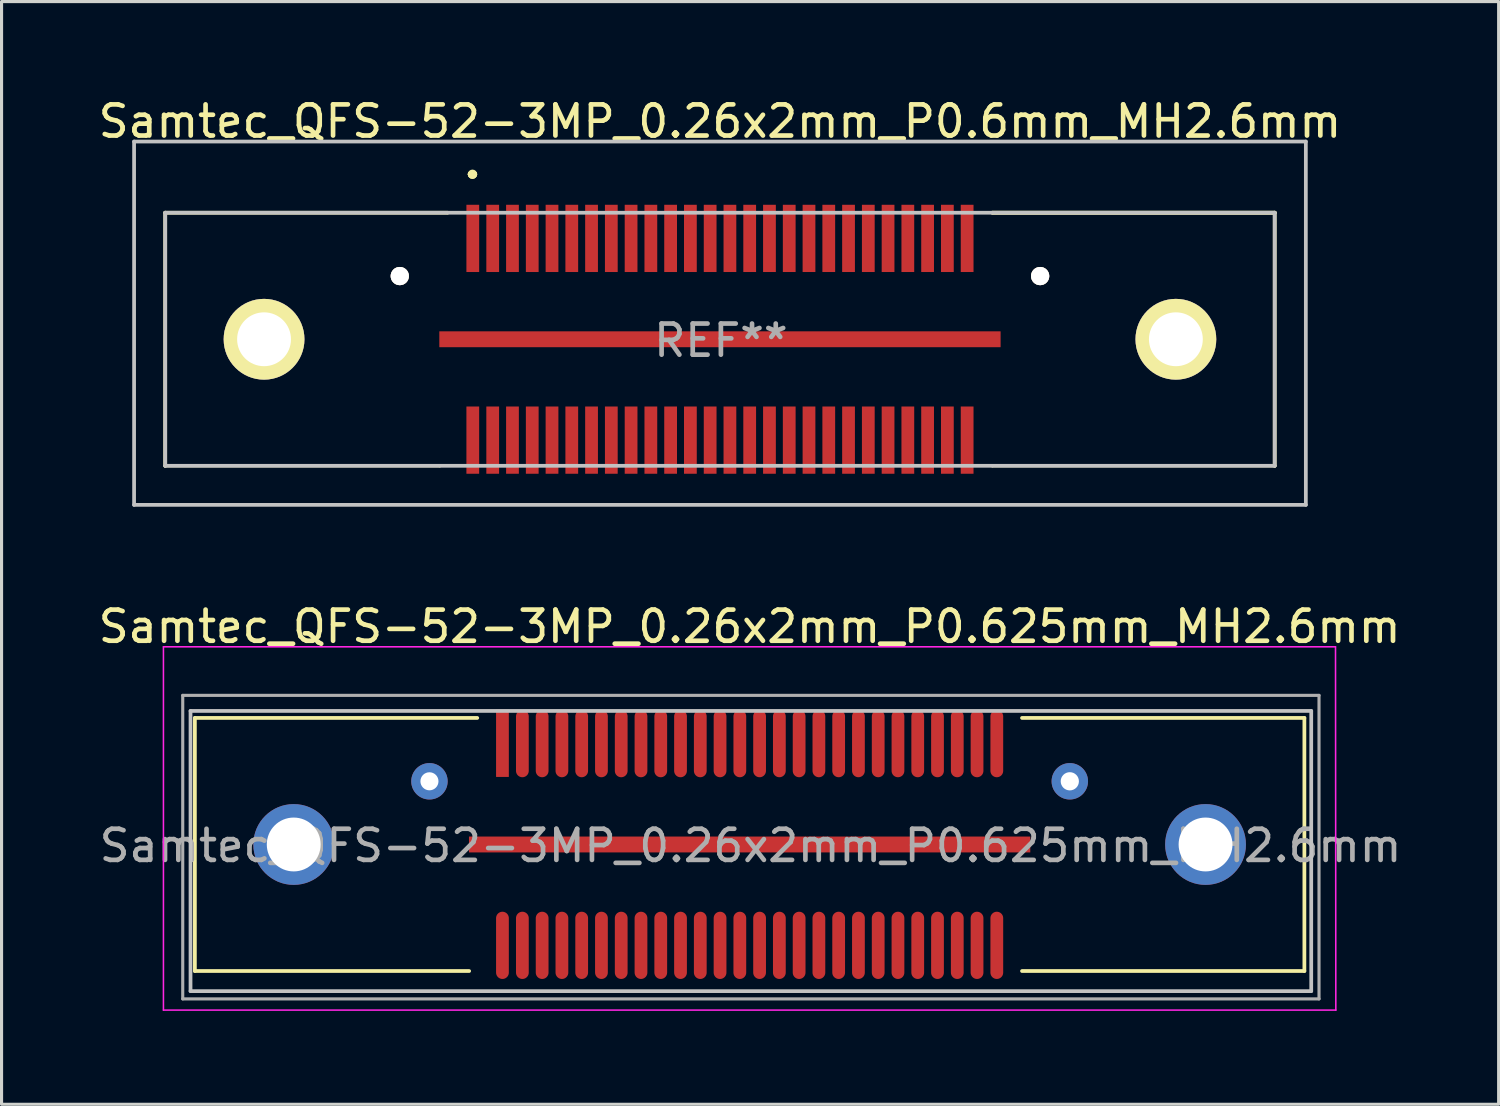
<source format=kicad_pcb>
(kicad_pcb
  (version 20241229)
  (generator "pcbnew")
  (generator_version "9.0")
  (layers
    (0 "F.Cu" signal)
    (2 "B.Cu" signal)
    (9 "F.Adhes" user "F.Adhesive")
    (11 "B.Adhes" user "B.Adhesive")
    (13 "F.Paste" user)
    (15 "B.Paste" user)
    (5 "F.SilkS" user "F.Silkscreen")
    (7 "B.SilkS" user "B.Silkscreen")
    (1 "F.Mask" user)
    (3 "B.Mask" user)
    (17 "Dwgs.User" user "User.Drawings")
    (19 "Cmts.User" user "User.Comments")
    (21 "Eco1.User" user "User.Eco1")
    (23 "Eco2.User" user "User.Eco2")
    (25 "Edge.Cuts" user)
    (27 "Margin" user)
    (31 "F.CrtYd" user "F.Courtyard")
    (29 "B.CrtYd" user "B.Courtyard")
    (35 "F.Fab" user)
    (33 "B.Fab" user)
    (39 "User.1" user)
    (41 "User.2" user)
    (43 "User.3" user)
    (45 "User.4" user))
  (footprint "Samtec_QFS-52-3MP_0.26x2mm_P0.6mm_MH2.6mm"
    (layer "F.Cu")
    (at 12.117 4.558)
    (property "Reference" "Samtec_QFS-52-3MP_0.26x2mm_P0.6mm_MH2.6mm" (at 7.96 -3.71 0) (layer "F.SilkS") (effects (font (size 1 1) (thickness 0.15))))
    (attr through_hole)
    (fp_line (start -9.86 -0.775) (end -9.86 -0.775) (stroke (width 0.1) (type solid)) (layer "F.SilkS"))
    (fp_line (start -9.86 -0.775) (end -9.86 -0.775) (stroke (width 0.1) (type solid)) (layer "F.SilkS"))
    (fp_line (start -9.86 -0.775) (end -0.79 -0.775) (stroke (width 0.12) (type solid)) (layer "F.SilkS"))
    (fp_line (start -9.86 7.355) (end -9.86 -0.775) (stroke (width 0.12) (type solid)) (layer "F.SilkS"))
    (fp_line (start -9.86 7.355) (end -9.86 7.355) (stroke (width 0.1) (type solid)) (layer "F.SilkS"))
    (fp_line (start -9.86 7.355) (end -9.86 7.355) (stroke (width 0.1) (type solid)) (layer "F.SilkS"))
    (fp_line (start -9.86 7.355) (end -1.04 7.355) (stroke (width 0.1) (type solid)) (layer "F.SilkS"))
    (fp_line (start -1.04 7.355) (end -1.04 7.355) (stroke (width 0.1) (type solid)) (layer "F.SilkS"))
    (fp_line (start -0.79 -0.775) (end -0.79 -0.775) (stroke (width 0.1) (type solid)) (layer "F.SilkS"))
    (fp_line (start -0.04 -2.011) (end -0.04 -2.011) (stroke (width 0.2) (type solid)) (layer "F.SilkS"))
    (fp_line (start -0.04 -2.011) (end -0.04 -2.011) (stroke (width 0.2) (type solid)) (layer "F.SilkS"))
    (fp_line (start 0.06 -2.011) (end 0.06 -2.011) (stroke (width 0.2) (type solid)) (layer "F.SilkS"))
    (fp_line (start 16.71 -0.775) (end 16.71 -0.775) (stroke (width 0.1) (type solid)) (layer "F.SilkS"))
    (fp_line (start 16.71 -0.775) (end 25.78 -0.775) (stroke (width 0.12) (type solid)) (layer "F.SilkS"))
    (fp_line (start 16.71 7.355) (end 16.71 7.355) (stroke (width 0.1) (type solid)) (layer "F.SilkS"))
    (fp_line (start 16.71 7.355) (end 25.78 7.355) (stroke (width 0.1) (type solid)) (layer "F.SilkS"))
    (fp_line (start 25.78 -0.775) (end 16.71 -0.775) (stroke (width 0.12) (type solid)) (layer "F.SilkS"))
    (fp_line (start 25.78 -0.775) (end 25.78 -0.775) (stroke (width 0.1) (type solid)) (layer "F.SilkS"))
    (fp_line (start 25.78 -0.775) (end 25.78 -0.775) (stroke (width 0.1) (type solid)) (layer "F.SilkS"))
    (fp_line (start 25.78 7.355) (end 25.78 -0.775) (stroke (width 0.12) (type solid)) (layer "F.SilkS"))
    (fp_line (start 25.78 7.355) (end 25.78 7.355) (stroke (width 0.1) (type solid)) (layer "F.SilkS"))
    (fp_line (start 25.78 7.355) (end 25.78 7.355) (stroke (width 0.1) (type solid)) (layer "F.SilkS"))
    (fp_arc (start -0.04 -2.011) (mid 0.01 -2.061) (end 0.06 -2.011) (stroke (width 0.2) (type solid)) (layer "F.SilkS"))
    (fp_arc (start 0.06 -2.011) (mid 0.01 -1.961) (end -0.04 -2.011) (stroke (width 0.2) (type solid)) (layer "F.SilkS"))
    (fp_arc (start 0.06 -2.011) (mid 0.01 -1.961) (end -0.04 -2.011) (stroke (width 0.2) (type solid)) (layer "F.SilkS"))
    (fp_line (start -10.86 -3.061) (end 26.78 -3.061) (stroke (width 0.12) (type solid)) (layer "Dwgs.User"))
    (fp_line (start -10.86 8.61) (end -10.86 -3.061) (stroke (width 0.12) (type solid)) (layer "Dwgs.User"))
    (fp_line (start -9.86 -0.775) (end -9.86 7.355) (stroke (width 0.12) (type solid)) (layer "Dwgs.User"))
    (fp_line (start -9.86 7.355) (end 25.78 7.355) (stroke (width 0.12) (type solid)) (layer "Dwgs.User"))
    (fp_line (start 25.78 -0.775) (end -9.86 -0.775) (stroke (width 0.12) (type solid)) (layer "Dwgs.User"))
    (fp_line (start 25.78 7.355) (end 25.78 -0.775) (stroke (width 0.12) (type solid)) (layer "Dwgs.User"))
    (fp_line (start 26.78 -3.061) (end 26.78 8.61) (stroke (width 0.12) (type solid)) (layer "Dwgs.User"))
    (fp_line (start 26.78 8.61) (end -10.86 8.61) (stroke (width 0.12) (type solid)) (layer "Dwgs.User"))
    (fp_text user "REF**" (at 7.99 3.33 0) (layer "F.Fab") (effects (font (size 1 1) (thickness 0.15))))
    (pad "1" smd rect (at 0.02 0.05) (size 0.41 2.16) (layers "F.Cu" "F.Mask" "F.Paste"))
    (pad "2" smd rect (at 0.02 6.53) (size 0.41 2.16) (layers "F.Cu" "F.Mask" "F.Paste"))
    (pad "3" smd rect (at 0.66 0.05) (size 0.41 2.16) (layers "F.Cu" "F.Mask" "F.Paste"))
    (pad "4" smd rect (at 0.66 6.53) (size 0.41 2.16) (layers "F.Cu" "F.Mask" "F.Paste"))
    (pad "5" smd rect (at 1.295 0.05) (size 0.41 2.16) (layers "F.Cu" "F.Mask" "F.Paste"))
    (pad "6" smd rect (at 1.295 6.53) (size 0.41 2.16) (layers "F.Cu" "F.Mask" "F.Paste"))
    (pad "7" smd rect (at 1.93 0.05) (size 0.41 2.16) (layers "F.Cu" "F.Mask" "F.Paste"))
    (pad "8" smd rect (at 1.93 6.53) (size 0.41 2.16) (layers "F.Cu" "F.Mask" "F.Paste"))
    (pad "9" smd rect (at 2.565 0.05) (size 0.41 2.16) (layers "F.Cu" "F.Mask" "F.Paste"))
    (pad "10" smd rect (at 2.565 6.53) (size 0.41 2.16) (layers "F.Cu" "F.Mask" "F.Paste"))
    (pad "11" smd rect (at 3.2 0.05) (size 0.41 2.16) (layers "F.Cu" "F.Mask" "F.Paste"))
    (pad "12" smd rect (at 3.2 6.53) (size 0.41 2.16) (layers "F.Cu" "F.Mask" "F.Paste"))
    (pad "13" smd rect (at 3.835 0.05) (size 0.41 2.16) (layers "F.Cu" "F.Mask" "F.Paste"))
    (pad "14" smd rect (at 3.835 6.53) (size 0.41 2.16) (layers "F.Cu" "F.Mask" "F.Paste"))
    (pad "15" smd rect (at 4.47 0.05) (size 0.41 2.16) (layers "F.Cu" "F.Mask" "F.Paste"))
    (pad "16" smd rect (at 4.47 6.53) (size 0.41 2.16) (layers "F.Cu" "F.Mask" "F.Paste"))
    (pad "17" smd rect (at 5.105 0.05) (size 0.41 2.16) (layers "F.Cu" "F.Mask" "F.Paste"))
    (pad "18" smd rect (at 5.105 6.53) (size 0.41 2.16) (layers "F.Cu" "F.Mask" "F.Paste"))
    (pad "19" smd rect (at 5.74 0.05) (size 0.41 2.16) (layers "F.Cu" "F.Mask" "F.Paste"))
    (pad "20" smd rect (at 5.74 6.53) (size 0.41 2.16) (layers "F.Cu" "F.Mask" "F.Paste"))
    (pad "21" smd rect (at 6.375 0.05) (size 0.41 2.16) (layers "F.Cu" "F.Mask" "F.Paste"))
    (pad "22" smd rect (at 6.375 6.53) (size 0.41 2.16) (layers "F.Cu" "F.Mask" "F.Paste"))
    (pad "23" smd rect (at 7.01 0.05) (size 0.41 2.16) (layers "F.Cu" "F.Mask" "F.Paste"))
    (pad "24" smd rect (at 7.01 6.53) (size 0.41 2.16) (layers "F.Cu" "F.Mask" "F.Paste"))
    (pad "25" smd rect (at 7.645 0.05) (size 0.41 2.16) (layers "F.Cu" "F.Mask" "F.Paste"))
    (pad "26" smd rect (at 7.645 6.53) (size 0.41 2.16) (layers "F.Cu" "F.Mask" "F.Paste"))
    (pad "27" smd rect (at 8.28 0.05) (size 0.41 2.16) (layers "F.Cu" "F.Mask" "F.Paste"))
    (pad "28" smd rect (at 8.28 6.53) (size 0.41 2.16) (layers "F.Cu" "F.Mask" "F.Paste"))
    (pad "29" smd rect (at 8.915 0.05) (size 0.41 2.16) (layers "F.Cu" "F.Mask" "F.Paste"))
    (pad "30" smd rect (at 8.915 6.53) (size 0.41 2.16) (layers "F.Cu" "F.Mask" "F.Paste"))
    (pad "31" smd rect (at 9.55 0.05) (size 0.41 2.16) (layers "F.Cu" "F.Mask" "F.Paste"))
    (pad "32" smd rect (at 9.55 6.53) (size 0.41 2.16) (layers "F.Cu" "F.Mask" "F.Paste"))
    (pad "33" smd rect (at 10.185 0.05) (size 0.41 2.16) (layers "F.Cu" "F.Mask" "F.Paste"))
    (pad "34" smd rect (at 10.185 6.53) (size 0.41 2.16) (layers "F.Cu" "F.Mask" "F.Paste"))
    (pad "35" smd rect (at 10.82 0.05) (size 0.41 2.16) (layers "F.Cu" "F.Mask" "F.Paste"))
    (pad "36" smd rect (at 10.82 6.53) (size 0.41 2.16) (layers "F.Cu" "F.Mask" "F.Paste"))
    (pad "37" smd rect (at 11.455 0.05) (size 0.41 2.16) (layers "F.Cu" "F.Mask" "F.Paste"))
    (pad "38" smd rect (at 11.455 6.53) (size 0.41 2.16) (layers "F.Cu" "F.Mask" "F.Paste"))
    (pad "39" smd rect (at 12.09 0.05) (size 0.41 2.16) (layers "F.Cu" "F.Mask" "F.Paste"))
    (pad "40" smd rect (at 12.09 6.53) (size 0.41 2.16) (layers "F.Cu" "F.Mask" "F.Paste"))
    (pad "41" smd rect (at 12.725 0.05) (size 0.41 2.16) (layers "F.Cu" "F.Mask" "F.Paste"))
    (pad "42" smd rect (at 12.725 6.53) (size 0.41 2.16) (layers "F.Cu" "F.Mask" "F.Paste"))
    (pad "43" smd rect (at 13.36 0.05) (size 0.41 2.16) (layers "F.Cu" "F.Mask" "F.Paste"))
    (pad "44" smd rect (at 13.36 6.53) (size 0.41 2.16) (layers "F.Cu" "F.Mask" "F.Paste"))
    (pad "45" smd rect (at 13.995 0.05) (size 0.41 2.16) (layers "F.Cu" "F.Mask" "F.Paste"))
    (pad "46" smd rect (at 13.995 6.53) (size 0.41 2.16) (layers "F.Cu" "F.Mask" "F.Paste"))
    (pad "47" smd rect (at 14.63 0.05) (size 0.41 2.16) (layers "F.Cu" "F.Mask" "F.Paste"))
    (pad "48" smd rect (at 14.63 6.53) (size 0.41 2.16) (layers "F.Cu" "F.Mask" "F.Paste"))
    (pad "49" smd rect (at 15.265 0.05) (size 0.41 2.16) (layers "F.Cu" "F.Mask" "F.Paste"))
    (pad "50" smd rect (at 15.265 6.53) (size 0.41 2.16) (layers "F.Cu" "F.Mask" "F.Paste"))
    (pad "51" smd rect (at 15.9 0.05) (size 0.41 2.16) (layers "F.Cu" "F.Mask" "F.Paste"))
    (pad "52" smd rect (at 15.9 6.53) (size 0.41 2.16) (layers "F.Cu" "F.Mask" "F.Paste"))
    (pad "MH1" thru_hole circle (at -6.685 3.29 90) (size 2.595 2.595) (drill 1.73) (layers "*.Cu" "*.Mask" "F.SilkS"))
    (pad "MH2" thru_hole circle (at 22.605 3.29 90) (size 2.595 2.595) (drill 1.73) (layers "*.Cu" "*.Mask" "F.SilkS"))
    (pad "MH3" thru_hole circle (at -2.325 1.26 90) (size 0.585 0.585) (drill 1.17) (layers "*.Cu" "*.Mask" "F.SilkS"))
    (pad "MH4" thru_hole circle (at 18.245 1.26 90) (size 0.585 0.585) (drill 1.17) (layers "*.Cu" "*.Mask" "F.SilkS"))
    (pad "MP1" smd rect (at 7.96 3.29 90) (size 0.51 18.03) (layers "F.Cu" "F.Mask" "F.Paste")))
  (footprint "Samtec_QFS-52-3MP_0.26x2mm_P0.625mm_MH2.6mm"
    (layer "F.Cu")
    (at 21.03 24.087)
    (property "Reference" "Samtec_QFS-52-3MP_0.26x2mm_P0.625mm_MH2.6mm" (at 0 -7.01 0) (layer "F.SilkS") (effects (font (size 1 1) (thickness 0.15))))
    (attr smd)
    (fp_line (start -17.82 -4.075) (end -8.75 -4.075) (stroke (width 0.12) (type solid)) (layer "F.SilkS"))
    (fp_line (start -17.82 4.055) (end -17.82 -4.075) (stroke (width 0.12) (type solid)) (layer "F.SilkS"))
    (fp_line (start -17.82 4.055) (end -9.01 4.055) (stroke (width 0.12) (type solid)) (layer "F.SilkS"))
    (fp_line (start 8.75 -4.075) (end 17.82 -4.075) (stroke (width 0.12) (type solid)) (layer "F.SilkS"))
    (fp_line (start 8.75 4.055) (end 17.82 4.055) (stroke (width 0.12) (type solid)) (layer "F.SilkS"))
    (fp_line (start 17.82 4.055) (end 17.82 -4.075) (stroke (width 0.12) (type solid)) (layer "F.SilkS"))
    (fp_line (start -17.96 -4.3) (end -17.96 4.7) (stroke (width 0.12) (type solid)) (layer "Dwgs.User"))
    (fp_line (start -17.96 4.7) (end 18.04 4.7) (stroke (width 0.12) (type solid)) (layer "Dwgs.User"))
    (fp_line (start 18.04 -4.3) (end -17.96 -4.3) (stroke (width 0.12) (type solid)) (layer "Dwgs.User"))
    (fp_line (start 18.04 4.7) (end 18.04 -4.3) (stroke (width 0.12) (type solid)) (layer "Dwgs.User"))
    (fp_line (start -18.83 -6.36) (end 18.82 -6.36) (stroke (width 0.05) (type solid)) (layer "F.CrtYd"))
    (fp_line (start -18.83 5.31) (end -18.83 -6.36) (stroke (width 0.05) (type solid)) (layer "F.CrtYd"))
    (fp_line (start 18.82 -6.36) (end 18.83 5.31) (stroke (width 0.05) (type solid)) (layer "F.CrtYd"))
    (fp_line (start 18.83 5.31) (end -18.83 5.31) (stroke (width 0.05) (type solid)) (layer "F.CrtYd"))
    (fp_line (start -18.21 -4.8) (end 18.29 -4.8) (stroke (width 0.1) (type solid)) (layer "F.Fab"))
    (fp_line (start -18.21 4.95) (end -18.21 -4.8) (stroke (width 0.1) (type solid)) (layer "F.Fab"))
    (fp_line (start 18.29 -4.8) (end 18.29 4.95) (stroke (width 0.1) (type solid)) (layer "F.Fab"))
    (fp_line (start 18.29 4.95) (end -18.21 4.95) (stroke (width 0.1) (type solid)) (layer "F.Fab"))
    (fp_text user "${REFERENCE}" (at 0.03 0.03 0) (layer "F.Fab") (effects (font (size 1 1) (thickness 0.15))))
    (pad "1" smd rect (at -7.94 -3.26) (size 0.41 2.16) (layers "F.Cu" "F.Mask" "F.Paste"))
    (pad "2" smd oval (at -7.94 3.23) (size 0.41 2.16) (layers "F.Cu" "F.Mask" "F.Paste"))
    (pad "3" smd oval (at -7.3 -3.25) (size 0.41 2.16) (layers "F.Cu" "F.Mask" "F.Paste"))
    (pad "4" smd oval (at -7.3 3.23) (size 0.41 2.16) (layers "F.Cu" "F.Mask" "F.Paste"))
    (pad "5" smd oval (at -6.665 -3.25) (size 0.41 2.16) (layers "F.Cu" "F.Mask" "F.Paste"))
    (pad "6" smd oval (at -6.665 3.23) (size 0.41 2.16) (layers "F.Cu" "F.Mask" "F.Paste"))
    (pad "7" smd oval (at -6.03 -3.25) (size 0.41 2.16) (layers "F.Cu" "F.Mask" "F.Paste"))
    (pad "8" smd oval (at -6.03 3.23) (size 0.41 2.16) (layers "F.Cu" "F.Mask" "F.Paste"))
    (pad "9" smd oval (at -5.395 -3.25) (size 0.41 2.16) (layers "F.Cu" "F.Mask" "F.Paste"))
    (pad "10" smd oval (at -5.395 3.23) (size 0.41 2.16) (layers "F.Cu" "F.Mask" "F.Paste"))
    (pad "11" smd oval (at -4.76 -3.25) (size 0.41 2.16) (layers "F.Cu" "F.Mask" "F.Paste"))
    (pad "12" smd oval (at -4.76 3.23) (size 0.41 2.16) (layers "F.Cu" "F.Mask" "F.Paste"))
    (pad "13" smd oval (at -4.125 -3.25) (size 0.41 2.16) (layers "F.Cu" "F.Mask" "F.Paste"))
    (pad "14" smd oval (at -4.125 3.23) (size 0.41 2.16) (layers "F.Cu" "F.Mask" "F.Paste"))
    (pad "15" smd oval (at -3.49 -3.25) (size 0.41 2.16) (layers "F.Cu" "F.Mask" "F.Paste"))
    (pad "16" smd oval (at -3.49 3.23) (size 0.41 2.16) (layers "F.Cu" "F.Mask" "F.Paste"))
    (pad "17" smd oval (at -2.855 -3.25) (size 0.41 2.16) (layers "F.Cu" "F.Mask" "F.Paste"))
    (pad "18" smd oval (at -2.855 3.23) (size 0.41 2.16) (layers "F.Cu" "F.Mask" "F.Paste"))
    (pad "19" smd oval (at -2.22 -3.25) (size 0.41 2.16) (layers "F.Cu" "F.Mask" "F.Paste"))
    (pad "20" smd oval (at -2.22 3.23) (size 0.41 2.16) (layers "F.Cu" "F.Mask" "F.Paste"))
    (pad "21" smd oval (at -1.585 -3.25) (size 0.41 2.16) (layers "F.Cu" "F.Mask" "F.Paste"))
    (pad "22" smd oval (at -1.585 3.23) (size 0.41 2.16) (layers "F.Cu" "F.Mask" "F.Paste"))
    (pad "23" smd oval (at -0.95 -3.25) (size 0.41 2.16) (layers "F.Cu" "F.Mask" "F.Paste"))
    (pad "24" smd oval (at -0.95 3.23) (size 0.41 2.16) (layers "F.Cu" "F.Mask" "F.Paste"))
    (pad "25" smd oval (at -0.315 -3.25) (size 0.41 2.16) (layers "F.Cu" "F.Mask" "F.Paste"))
    (pad "26" smd oval (at -0.315 3.23) (size 0.41 2.16) (layers "F.Cu" "F.Mask" "F.Paste"))
    (pad "27" smd oval (at 0.32 -3.25) (size 0.41 2.16) (layers "F.Cu" "F.Mask" "F.Paste"))
    (pad "28" smd oval (at 0.32 3.23) (size 0.41 2.16) (layers "F.Cu" "F.Mask" "F.Paste"))
    (pad "29" smd oval (at 0.955 -3.25) (size 0.41 2.16) (layers "F.Cu" "F.Mask" "F.Paste"))
    (pad "30" smd oval (at 0.955 3.23) (size 0.41 2.16) (layers "F.Cu" "F.Mask" "F.Paste"))
    (pad "31" smd oval (at 1.59 -3.25) (size 0.41 2.16) (layers "F.Cu" "F.Mask" "F.Paste"))
    (pad "32" smd oval (at 1.59 3.23) (size 0.41 2.16) (layers "F.Cu" "F.Mask" "F.Paste"))
    (pad "33" smd oval (at 2.225 -3.25) (size 0.41 2.16) (layers "F.Cu" "F.Mask" "F.Paste"))
    (pad "34" smd oval (at 2.225 3.23) (size 0.41 2.16) (layers "F.Cu" "F.Mask" "F.Paste"))
    (pad "35" smd oval (at 2.86 -3.25) (size 0.41 2.16) (layers "F.Cu" "F.Mask" "F.Paste"))
    (pad "36" smd oval (at 2.86 3.23) (size 0.41 2.16) (layers "F.Cu" "F.Mask" "F.Paste"))
    (pad "37" smd oval (at 3.495 -3.25) (size 0.41 2.16) (layers "F.Cu" "F.Mask" "F.Paste"))
    (pad "38" smd oval (at 3.495 3.23) (size 0.41 2.16) (layers "F.Cu" "F.Mask" "F.Paste"))
    (pad "39" smd oval (at 4.13 -3.25) (size 0.41 2.16) (layers "F.Cu" "F.Mask" "F.Paste"))
    (pad "40" smd oval (at 4.13 3.23) (size 0.41 2.16) (layers "F.Cu" "F.Mask" "F.Paste"))
    (pad "41" smd oval (at 4.765 -3.25) (size 0.41 2.16) (layers "F.Cu" "F.Mask" "F.Paste"))
    (pad "42" smd oval (at 4.765 3.23) (size 0.41 2.16) (layers "F.Cu" "F.Mask" "F.Paste"))
    (pad "43" smd oval (at 5.4 -3.25) (size 0.41 2.16) (layers "F.Cu" "F.Mask" "F.Paste"))
    (pad "44" smd oval (at 5.4 3.23) (size 0.41 2.16) (layers "F.Cu" "F.Mask" "F.Paste"))
    (pad "45" smd oval (at 6.035 -3.25) (size 0.41 2.16) (layers "F.Cu" "F.Mask" "F.Paste"))
    (pad "46" smd oval (at 6.035 3.23) (size 0.41 2.16) (layers "F.Cu" "F.Mask" "F.Paste"))
    (pad "47" smd oval (at 6.67 -3.25) (size 0.41 2.16) (layers "F.Cu" "F.Mask" "F.Paste"))
    (pad "48" smd oval (at 6.67 3.23) (size 0.41 2.16) (layers "F.Cu" "F.Mask" "F.Paste"))
    (pad "49" smd oval (at 7.305 -3.25) (size 0.41 2.16) (layers "F.Cu" "F.Mask" "F.Paste"))
    (pad "50" smd oval (at 7.305 3.23) (size 0.41 2.16) (layers "F.Cu" "F.Mask" "F.Paste"))
    (pad "51" smd oval (at 7.94 -3.25) (size 0.41 2.16) (layers "F.Cu" "F.Mask" "F.Paste"))
    (pad "52" smd oval (at 7.94 3.23) (size 0.41 2.16) (layers "F.Cu" "F.Mask" "F.Paste"))
    (pad "MH1" thru_hole circle (at -14.645 -0.01 90) (size 2.595 2.595) (drill 1.73) (layers "*.Cu" "*.Mask"))
    (pad "MH2" thru_hole circle (at 14.645 -0.01 90) (size 2.595 2.595) (drill 1.73) (layers "*.Cu" "*.Mask"))
    (pad "MH3" thru_hole circle (at -10.285 -2.04 90) (size 1.17 1.17) (drill 0.58) (layers "*.Cu" "*.Mask"))
    (pad "MH4" thru_hole circle (at 10.285 -2.04 90) (size 1.17 1.17) (drill 0.585) (layers "*.Cu" "*.Mask"))
    (pad "MP1" smd rect (at 0 -0.01 90) (size 0.51 18.03) (layers "F.Cu" "F.Mask" "F.Paste")))
  (gr_rect
    (start -3 -3)
    (end 45.09 32.422)
    (stroke (width 0.1) (type default))
    (fill no)
    (layer "Edge.Cuts")))
</source>
